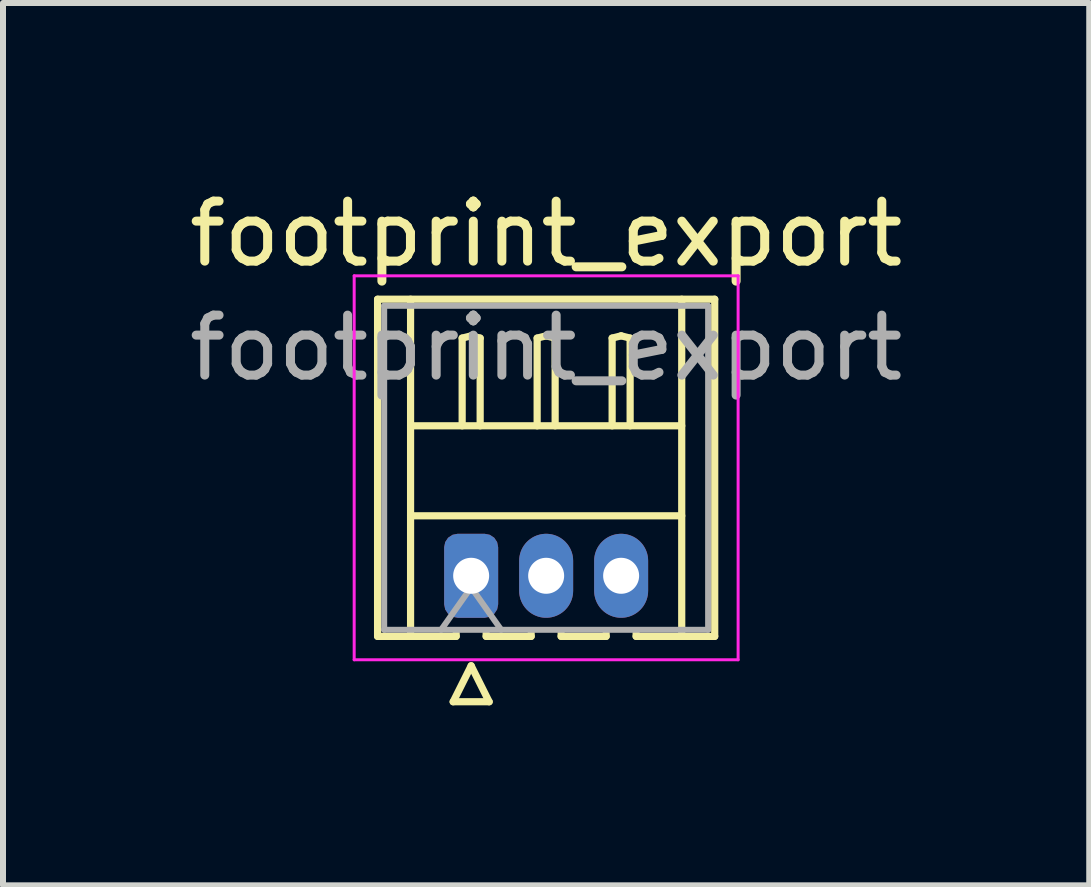
<source format=kicad_pcb>
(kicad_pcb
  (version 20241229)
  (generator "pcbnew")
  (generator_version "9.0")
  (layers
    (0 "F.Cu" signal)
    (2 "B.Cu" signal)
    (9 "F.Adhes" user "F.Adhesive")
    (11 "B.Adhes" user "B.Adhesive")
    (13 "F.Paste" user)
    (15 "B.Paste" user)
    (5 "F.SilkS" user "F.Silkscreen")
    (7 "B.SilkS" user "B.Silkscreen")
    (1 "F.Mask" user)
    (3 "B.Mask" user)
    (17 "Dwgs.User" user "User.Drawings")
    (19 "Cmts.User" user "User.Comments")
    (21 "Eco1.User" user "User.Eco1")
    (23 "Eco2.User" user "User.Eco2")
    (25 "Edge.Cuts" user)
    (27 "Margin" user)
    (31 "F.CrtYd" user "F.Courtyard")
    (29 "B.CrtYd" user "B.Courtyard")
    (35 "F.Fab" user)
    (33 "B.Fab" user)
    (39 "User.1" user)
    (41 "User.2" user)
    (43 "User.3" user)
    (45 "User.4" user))
  (footprint "footprint_export"
    (layer "F.Cu")
    (at 4.804 6.548)
    (property "Reference" "footprint_export" (at 1.25 -5.7 0) (layer "F.SilkS") (effects (font (size 1 1) (thickness 0.15))))
    (attr through_hole)
    (fp_line (start -1.56 -4.61) (end 4.06 -4.61) (stroke (width 0.12) (type solid)) (layer "F.SilkS"))
    (fp_line (start -1.56 1.01) (end -1.56 -4.61) (stroke (width 0.12) (type solid)) (layer "F.SilkS"))
    (fp_line (start -1.01 -4.61) (end -1.01 1.01) (stroke (width 0.12) (type solid)) (layer "F.SilkS"))
    (fp_line (start -1.01 -2.5) (end 3.51 -2.5) (stroke (width 0.12) (type solid)) (layer "F.SilkS"))
    (fp_line (start -1.01 -1) (end 3.51 -1) (stroke (width 0.12) (type solid)) (layer "F.SilkS"))
    (fp_line (start -0.3 2.1) (end 0.3 2.1) (stroke (width 0.12) (type solid)) (layer "F.SilkS"))
    (fp_line (start -0.25 0.96) (end -0.25 1.01) (stroke (width 0.12) (type solid)) (layer "F.SilkS"))
    (fp_line (start -0.25 1.01) (end -1.56 1.01) (stroke (width 0.12) (type solid)) (layer "F.SilkS"))
    (fp_line (start -0.15 -3.962) (end 0 -4) (stroke (width 0.12) (type solid)) (layer "F.SilkS"))
    (fp_line (start -0.15 -2.5) (end -0.15 -3.962) (stroke (width 0.12) (type solid)) (layer "F.SilkS"))
    (fp_line (start 0 -4) (end 0.15 -3.962) (stroke (width 0.12) (type solid)) (layer "F.SilkS"))
    (fp_line (start 0 1.5) (end -0.3 2.1) (stroke (width 0.12) (type solid)) (layer "F.SilkS"))
    (fp_line (start 0.15 -3.962) (end 0.15 -2.5) (stroke (width 0.12) (type solid)) (layer "F.SilkS"))
    (fp_line (start 0.25 0.96) (end 0.25 1.01) (stroke (width 0.12) (type solid)) (layer "F.SilkS"))
    (fp_line (start 0.25 1.01) (end 1 1.01) (stroke (width 0.12) (type solid)) (layer "F.SilkS"))
    (fp_line (start 0.3 2.1) (end 0 1.5) (stroke (width 0.12) (type solid)) (layer "F.SilkS"))
    (fp_line (start 1 1.01) (end 1 0.96) (stroke (width 0.12) (type solid)) (layer "F.SilkS"))
    (fp_line (start 1.1 -3.962) (end 1.25 -4) (stroke (width 0.12) (type solid)) (layer "F.SilkS"))
    (fp_line (start 1.1 -2.5) (end 1.1 -3.962) (stroke (width 0.12) (type solid)) (layer "F.SilkS"))
    (fp_line (start 1.25 -4) (end 1.4 -3.962) (stroke (width 0.12) (type solid)) (layer "F.SilkS"))
    (fp_line (start 1.4 -3.962) (end 1.4 -2.5) (stroke (width 0.12) (type solid)) (layer "F.SilkS"))
    (fp_line (start 1.5 0.96) (end 1.5 1.01) (stroke (width 0.12) (type solid)) (layer "F.SilkS"))
    (fp_line (start 1.5 1.01) (end 2.25 1.01) (stroke (width 0.12) (type solid)) (layer "F.SilkS"))
    (fp_line (start 2.25 1.01) (end 2.25 0.96) (stroke (width 0.12) (type solid)) (layer "F.SilkS"))
    (fp_line (start 2.35 -3.962) (end 2.5 -4) (stroke (width 0.12) (type solid)) (layer "F.SilkS"))
    (fp_line (start 2.35 -2.5) (end 2.35 -3.962) (stroke (width 0.12) (type solid)) (layer "F.SilkS"))
    (fp_line (start 2.5 -4) (end 2.65 -3.962) (stroke (width 0.12) (type solid)) (layer "F.SilkS"))
    (fp_line (start 2.65 -3.962) (end 2.65 -2.5) (stroke (width 0.12) (type solid)) (layer "F.SilkS"))
    (fp_line (start 2.75 1.01) (end 2.75 0.96) (stroke (width 0.12) (type solid)) (layer "F.SilkS"))
    (fp_line (start 3.51 -4.61) (end 3.51 1.01) (stroke (width 0.12) (type solid)) (layer "F.SilkS"))
    (fp_line (start 4.06 -4.61) (end 4.06 1.01) (stroke (width 0.12) (type solid)) (layer "F.SilkS"))
    (fp_line (start 4.06 1.01) (end 2.75 1.01) (stroke (width 0.12) (type solid)) (layer "F.SilkS"))
    (fp_line (start -1.95 -5) (end -1.95 1.4) (stroke (width 0.05) (type solid)) (layer "F.CrtYd"))
    (fp_line (start -1.95 1.4) (end 4.45 1.4) (stroke (width 0.05) (type solid)) (layer "F.CrtYd"))
    (fp_line (start 4.45 -5) (end -1.95 -5) (stroke (width 0.05) (type solid)) (layer "F.CrtYd"))
    (fp_line (start 4.45 1.4) (end 4.45 -5) (stroke (width 0.05) (type solid)) (layer "F.CrtYd"))
    (fp_line (start -1.45 -4.5) (end -1.45 0.9) (stroke (width 0.1) (type solid)) (layer "F.Fab"))
    (fp_line (start -1.45 0.9) (end 3.95 0.9) (stroke (width 0.1) (type solid)) (layer "F.Fab"))
    (fp_line (start -0.5 0.9) (end 0 0.193) (stroke (width 0.1) (type solid)) (layer "F.Fab"))
    (fp_line (start 0 0.193) (end 0.5 0.9) (stroke (width 0.1) (type solid)) (layer "F.Fab"))
    (fp_line (start 3.95 -4.5) (end -1.45 -4.5) (stroke (width 0.1) (type solid)) (layer "F.Fab"))
    (fp_line (start 3.95 0.9) (end 3.95 -4.5) (stroke (width 0.1) (type solid)) (layer "F.Fab"))
    (fp_text user "${REFERENCE}" (at 1.25 -3.8 0) (layer "F.Fab") (effects (font (size 1 1) (thickness 0.15))))
    (pad "1" thru_hole roundrect (at 0 0) (size 0.9 1.4) (drill 0.6) (layers "*.Cu" "*.Mask") (roundrect_rratio 0.25))
    (pad "2" thru_hole oval (at 1.25 0) (size 0.9 1.4) (drill 0.6) (layers "*.Cu" "*.Mask"))
    (pad "3" thru_hole oval (at 2.5 0) (size 0.9 1.4) (drill 0.6) (layers "*.Cu" "*.Mask")))
  (gr_rect
    (start -3 -3)
    (end 15.107 11.708)
    (stroke (width 0.1) (type default))
    (fill no)
    (layer "Edge.Cuts")))
</source>
